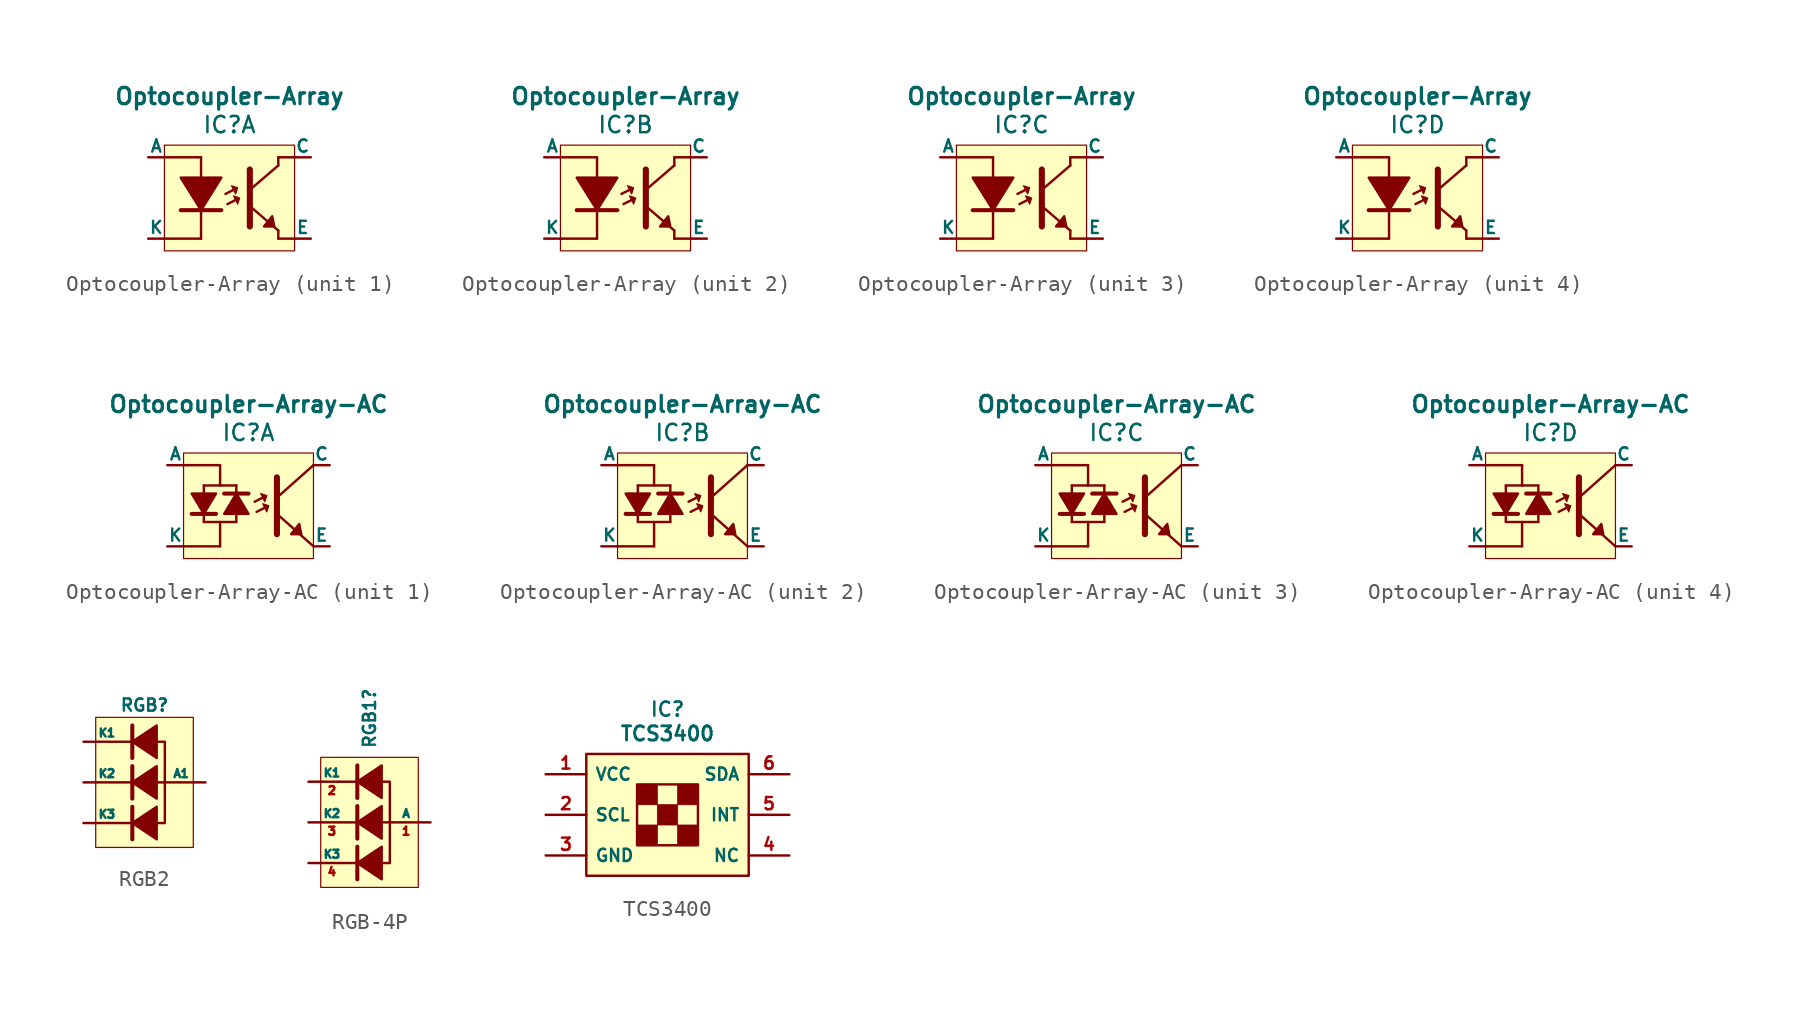
<source format=kicad_sym>
(kicad_symbol_lib
  (version 20231120)
  (generator "kicad_symbol_editor")
  (generator_version "8.0")
  (symbol "Optocoupler-Array"
    (pin_numbers hide)
    (pin_names
      (offset 0))
    (property "Reference" "IC"
      (at 0 4.572 0)
      (effects (font (size 1.016 1.016))))
    (property "Value" "Optocoupler-Array"
      (at 0 6.35 0)
      (effects (font (size 1.016 1.016) (bold yes))))
    (symbol "Optocoupler-Array_0_1"
      (rectangle (start -4.064 3.302) (end 4.064 -3.302) (stroke (width 0.076) (type solid)) (fill (type background)))
      (polyline (pts (xy -4.064 -2.54) (xy -1.778 -2.54)) (stroke (width 0) (type solid)) (fill (type none)))
      (polyline (pts (xy -4.064 2.54) (xy -1.778 2.54)) (stroke (width 0) (type solid)) (fill (type none)))
      (polyline (pts (xy -3.048 -0.762) (xy -0.508 -0.762)) (stroke (width 0.254) (type solid)) (fill (type none)))
      (polyline (pts (xy -1.778 -0.762) (xy -1.778 -2.54)) (stroke (width 0) (type solid)) (fill (type none)))
      (polyline (pts (xy -1.778 1.27) (xy -1.778 2.54)) (stroke (width 0) (type solid)) (fill (type none)))
      (polyline (pts (xy -0.254 0.254) (xy 0.254 0.508)) (stroke (width 0) (type solid)) (fill (type none)))
      (polyline (pts (xy -0.127 -0.381) (xy 0.381 -0.127)) (stroke (width 0) (type solid)) (fill (type none)))
      (polyline (pts (xy 1.27 1.778) (xy 1.27 -1.778)) (stroke (width 0.381) (type solid)) (fill (type none)))
      (polyline (pts (xy 3.048 -2.54) (xy 4.064 -2.54)) (stroke (width 0) (type solid)) (fill (type none)))
      (polyline (pts (xy 3.048 -2.032) (xy 1.27 -0.508)) (stroke (width 0) (type solid)) (fill (type none)))
      (polyline (pts (xy 3.048 -2.032) (xy 3.048 -2.54)) (stroke (width 0) (type solid)) (fill (type none)))
      (polyline (pts (xy 3.048 2.032) (xy 1.27 0.508)) (stroke (width 0) (type solid)) (fill (type none)))
      (polyline (pts (xy 3.048 2.032) (xy 3.048 2.54)) (stroke (width 0) (type solid)) (fill (type none)))
      (polyline (pts (xy 3.048 2.54) (xy 4.064 2.54)) (stroke (width 0) (type solid)) (fill (type none)))
      (polyline (pts (xy -0.508 1.27) (xy -1.778 -0.762) (xy -3.048 1.27) (xy -0.508 1.27)) (stroke (width 0) (type solid)) (fill (type outline)))
      (polyline (pts (xy 0.508 0.635) (xy 0.127 0.762) (xy 0.381 0.254) (xy 0.508 0.635)) (stroke (width 0.076) (type solid)) (fill (type outline)))
      (polyline (pts (xy 0.635 0) (xy 0.254 0.127) (xy 0.508 -0.381) (xy 0.635 0)) (stroke (width 0.076) (type solid)) (fill (type outline)))
      (polyline (pts (xy 2.794 -1.778) (xy 2.667 -1.143) (xy 2.159 -1.778) (xy 2.794 -1.778)) (stroke (width 0) (type solid)) (fill (type outline))))
    (symbol "Optocoupler-Array_1_1"
      (pin passive line (at -5.08 2.54 0) (length 1.016) (name "A" (effects (font (size 0.762 0.762)))) (number "1" (effects (font (size 0.762 0.762)))))
      (pin passive line (at 5.08 -2.54 180) (length 1.016) (name "E" (effects (font (size 0.762 0.762)))) (number "15" (effects (font (size 0.762 0.762)))))
      (pin passive line (at 5.08 2.54 180) (length 1.016) (name "C" (effects (font (size 0.762 0.762)))) (number "16" (effects (font (size 0.762 0.762)))))
      (pin passive line (at -5.08 -2.54 0) (length 1.016) (name "K" (effects (font (size 0.762 0.762)))) (number "2" (effects (font (size 0.762 0.762))))))
    (symbol "Optocoupler-Array_2_1"
      (pin passive line (at 5.08 -2.54 180) (length 1.016) (name "E" (effects (font (size 0.762 0.762)))) (number "13" (effects (font (size 0.762 0.762)))))
      (pin passive line (at 5.08 2.54 180) (length 1.016) (name "C" (effects (font (size 0.762 0.762)))) (number "14" (effects (font (size 0.762 0.762)))))
      (pin passive line (at -5.08 2.54 0) (length 1.016) (name "A" (effects (font (size 0.762 0.762)))) (number "3" (effects (font (size 0.762 0.762)))))
      (pin passive line (at -5.08 -2.54 0) (length 1.016) (name "K" (effects (font (size 0.762 0.762)))) (number "4" (effects (font (size 0.762 0.762))))))
    (symbol "Optocoupler-Array_3_1"
      (pin passive line (at 5.08 -2.54 180) (length 1.016) (name "E" (effects (font (size 0.762 0.762)))) (number "11" (effects (font (size 0.762 0.762)))))
      (pin passive line (at 5.08 2.54 180) (length 1.016) (name "C" (effects (font (size 0.762 0.762)))) (number "12" (effects (font (size 0.762 0.762)))))
      (pin passive line (at -5.08 2.54 0) (length 1.016) (name "A" (effects (font (size 0.762 0.762)))) (number "5" (effects (font (size 0.762 0.762)))))
      (pin passive line (at -5.08 -2.54 0) (length 1.016) (name "K" (effects (font (size 0.762 0.762)))) (number "6" (effects (font (size 0.762 0.762))))))
    (symbol "Optocoupler-Array_4_1"
      (pin passive line (at 5.08 2.54 180) (length 1.016) (name "C" (effects (font (size 0.762 0.762)))) (number "10" (effects (font (size 0.762 0.762)))))
      (pin passive line (at -5.08 2.54 0) (length 1.016) (name "A" (effects (font (size 0.762 0.762)))) (number "7" (effects (font (size 0.762 0.762)))))
      (pin passive line (at -5.08 -2.54 0) (length 1.016) (name "K" (effects (font (size 0.762 0.762)))) (number "8" (effects (font (size 0.762 0.762)))))
      (pin passive line (at 5.08 -2.54 180) (length 1.016) (name "E" (effects (font (size 0.762 0.762)))) (number "9" (effects (font (size 0.762 0.762)))))))
  (symbol "Optocoupler-Array-AC"
    (pin_numbers hide)
    (pin_names
      (offset 0))
    (property "Reference" "IC"
      (at 0 4.572 0)
      (effects (font (size 1.016 1.016))))
    (property "Value" "Optocoupler-Array-AC"
      (at 0 6.35 0)
      (effects (font (size 1.016 1.016) (bold yes))))
    (symbol "Optocoupler-Array-AC_0_1"
      (rectangle (start -4.064 3.302) (end 4.064 -3.302) (stroke (width 0.076) (type solid)) (fill (type background))))
    (symbol "Optocoupler-Array-AC_1_1"
      (polyline (pts (xy -4.064 -2.54) (xy -1.778 -2.54)) (stroke (width 0) (type solid)) (fill (type none)))
      (polyline (pts (xy -4.064 2.54) (xy -1.778 2.54)) (stroke (width 0) (type solid)) (fill (type none)))
      (polyline (pts (xy -3.556 -0.508) (xy -2.032 -0.508)) (stroke (width 0.254) (type solid)) (fill (type none)))
      (polyline (pts (xy -2.794 1.27) (xy -2.794 -1.016)) (stroke (width 0) (type solid)) (fill (type none)))
      (polyline (pts (xy -1.778 -1.016) (xy -1.778 -2.54)) (stroke (width 0) (type solid)) (fill (type none)))
      (polyline (pts (xy -1.778 1.27) (xy -1.778 2.54)) (stroke (width 0) (type solid)) (fill (type none)))
      (polyline (pts (xy -0.762 -1.016) (xy -2.794 -1.016)) (stroke (width 0) (type solid)) (fill (type none)))
      (polyline (pts (xy -0.762 1.27) (xy -2.794 1.27)) (stroke (width 0) (type solid)) (fill (type none)))
      (polyline (pts (xy -0.762 1.27) (xy -0.762 -1.016)) (stroke (width 0) (type solid)) (fill (type none)))
      (polyline (pts (xy 0 0.762) (xy -1.524 0.762)) (stroke (width 0.254) (type solid)) (fill (type none)))
      (polyline (pts (xy 0.381 0.254) (xy 0.889 0.508)) (stroke (width 0) (type solid)) (fill (type none)))
      (polyline (pts (xy 0.508 -0.381) (xy 1.016 -0.127)) (stroke (width 0) (type solid)) (fill (type none)))
      (polyline (pts (xy 1.778 1.778) (xy 1.778 -1.778)) (stroke (width 0.381) (type solid)) (fill (type none)))
      (polyline (pts (xy 4.064 -2.54) (xy 1.778 -0.508)) (stroke (width 0) (type solid)) (fill (type none)))
      (polyline (pts (xy 4.064 2.54) (xy 1.778 0.508)) (stroke (width 0) (type solid)) (fill (type none)))
      (polyline (pts (xy -2.032 0.762) (xy -2.794 -0.508) (xy -3.556 0.762) (xy -2.032 0.762)) (stroke (width 0) (type solid)) (fill (type outline)))
      (polyline (pts (xy -1.524 -0.508) (xy -0.762 0.762) (xy 0 -0.508) (xy -1.524 -0.508)) (stroke (width 0) (type solid)) (fill (type outline)))
      (polyline (pts (xy 1.143 0.635) (xy 0.762 0.762) (xy 1.016 0.254) (xy 1.143 0.635)) (stroke (width 0.076) (type solid)) (fill (type outline)))
      (polyline (pts (xy 1.27 0) (xy 0.889 0.127) (xy 1.143 -0.381) (xy 1.27 0)) (stroke (width 0.076) (type solid)) (fill (type outline)))
      (polyline (pts (xy 3.302 -1.778) (xy 3.175 -1.143) (xy 2.667 -1.778) (xy 3.302 -1.778)) (stroke (width 0) (type solid)) (fill (type outline)))
      (pin passive line (at -5.08 2.54 0) (length 1.016) (name "A" (effects (font (size 0.762 0.762)))) (number "1" (effects (font (size 0.762 0.762)))))
      (pin passive line (at 5.08 -2.54 180) (length 1.016) (name "E" (effects (font (size 0.762 0.762)))) (number "15" (effects (font (size 0.762 0.762)))))
      (pin passive line (at 5.08 2.54 180) (length 1.016) (name "C" (effects (font (size 0.762 0.762)))) (number "16" (effects (font (size 0.762 0.762)))))
      (pin passive line (at -5.08 -2.54 0) (length 1.016) (name "K" (effects (font (size 0.762 0.762)))) (number "2" (effects (font (size 0.762 0.762))))))
    (symbol "Optocoupler-Array-AC_2_1"
      (polyline (pts (xy -4.064 -2.54) (xy -1.778 -2.54)) (stroke (width 0) (type solid)) (fill (type none)))
      (polyline (pts (xy -4.064 2.54) (xy -1.778 2.54)) (stroke (width 0) (type solid)) (fill (type none)))
      (polyline (pts (xy -3.556 -0.508) (xy -2.032 -0.508)) (stroke (width 0.254) (type solid)) (fill (type none)))
      (polyline (pts (xy -2.794 1.27) (xy -2.794 -1.016)) (stroke (width 0) (type solid)) (fill (type none)))
      (polyline (pts (xy -1.778 -1.016) (xy -1.778 -2.54)) (stroke (width 0) (type solid)) (fill (type none)))
      (polyline (pts (xy -1.778 1.27) (xy -1.778 2.54)) (stroke (width 0) (type solid)) (fill (type none)))
      (polyline (pts (xy -0.762 -1.016) (xy -2.794 -1.016)) (stroke (width 0) (type solid)) (fill (type none)))
      (polyline (pts (xy -0.762 1.27) (xy -2.794 1.27)) (stroke (width 0) (type solid)) (fill (type none)))
      (polyline (pts (xy -0.762 1.27) (xy -0.762 -1.016)) (stroke (width 0) (type solid)) (fill (type none)))
      (polyline (pts (xy 0 0.762) (xy -1.524 0.762)) (stroke (width 0.254) (type solid)) (fill (type none)))
      (polyline (pts (xy 0.381 0.254) (xy 0.889 0.508)) (stroke (width 0) (type solid)) (fill (type none)))
      (polyline (pts (xy 0.508 -0.381) (xy 1.016 -0.127)) (stroke (width 0) (type solid)) (fill (type none)))
      (polyline (pts (xy 1.778 1.778) (xy 1.778 -1.778)) (stroke (width 0.381) (type solid)) (fill (type none)))
      (polyline (pts (xy 4.064 -2.54) (xy 1.778 -0.508)) (stroke (width 0) (type solid)) (fill (type none)))
      (polyline (pts (xy 4.064 2.54) (xy 1.778 0.508)) (stroke (width 0) (type solid)) (fill (type none)))
      (polyline (pts (xy -2.032 0.762) (xy -2.794 -0.508) (xy -3.556 0.762) (xy -2.032 0.762)) (stroke (width 0) (type solid)) (fill (type outline)))
      (polyline (pts (xy -1.524 -0.508) (xy -0.762 0.762) (xy 0 -0.508) (xy -1.524 -0.508)) (stroke (width 0) (type solid)) (fill (type outline)))
      (polyline (pts (xy 1.143 0.635) (xy 0.762 0.762) (xy 1.016 0.254) (xy 1.143 0.635)) (stroke (width 0.076) (type solid)) (fill (type outline)))
      (polyline (pts (xy 1.27 0) (xy 0.889 0.127) (xy 1.143 -0.381) (xy 1.27 0)) (stroke (width 0.076) (type solid)) (fill (type outline)))
      (polyline (pts (xy 3.302 -1.778) (xy 3.175 -1.143) (xy 2.667 -1.778) (xy 3.302 -1.778)) (stroke (width 0) (type solid)) (fill (type outline)))
      (pin passive line (at 5.08 -2.54 180) (length 1.016) (name "E" (effects (font (size 0.762 0.762)))) (number "13" (effects (font (size 0.762 0.762)))))
      (pin passive line (at 5.08 2.54 180) (length 1.016) (name "C" (effects (font (size 0.762 0.762)))) (number "14" (effects (font (size 0.762 0.762)))))
      (pin passive line (at -5.08 2.54 0) (length 1.016) (name "A" (effects (font (size 0.762 0.762)))) (number "3" (effects (font (size 0.762 0.762)))))
      (pin passive line (at -5.08 -2.54 0) (length 1.016) (name "K" (effects (font (size 0.762 0.762)))) (number "4" (effects (font (size 0.762 0.762))))))
    (symbol "Optocoupler-Array-AC_3_1"
      (polyline (pts (xy -4.064 -2.54) (xy -1.778 -2.54)) (stroke (width 0) (type solid)) (fill (type none)))
      (polyline (pts (xy -4.064 2.54) (xy -1.778 2.54)) (stroke (width 0) (type solid)) (fill (type none)))
      (polyline (pts (xy -3.556 -0.508) (xy -2.032 -0.508)) (stroke (width 0.254) (type solid)) (fill (type none)))
      (polyline (pts (xy -2.794 1.27) (xy -2.794 -1.016)) (stroke (width 0) (type solid)) (fill (type none)))
      (polyline (pts (xy -1.778 -1.016) (xy -1.778 -2.54)) (stroke (width 0) (type solid)) (fill (type none)))
      (polyline (pts (xy -1.778 1.27) (xy -1.778 2.54)) (stroke (width 0) (type solid)) (fill (type none)))
      (polyline (pts (xy -0.762 -1.016) (xy -2.794 -1.016)) (stroke (width 0) (type solid)) (fill (type none)))
      (polyline (pts (xy -0.762 1.27) (xy -2.794 1.27)) (stroke (width 0) (type solid)) (fill (type none)))
      (polyline (pts (xy -0.762 1.27) (xy -0.762 -1.016)) (stroke (width 0) (type solid)) (fill (type none)))
      (polyline (pts (xy 0 0.762) (xy -1.524 0.762)) (stroke (width 0.254) (type solid)) (fill (type none)))
      (polyline (pts (xy 0.381 0.254) (xy 0.889 0.508)) (stroke (width 0) (type solid)) (fill (type none)))
      (polyline (pts (xy 0.508 -0.381) (xy 1.016 -0.127)) (stroke (width 0) (type solid)) (fill (type none)))
      (polyline (pts (xy 1.778 1.778) (xy 1.778 -1.778)) (stroke (width 0.381) (type solid)) (fill (type none)))
      (polyline (pts (xy 4.064 -2.54) (xy 1.778 -0.508)) (stroke (width 0) (type solid)) (fill (type none)))
      (polyline (pts (xy 4.064 2.54) (xy 1.778 0.508)) (stroke (width 0) (type solid)) (fill (type none)))
      (polyline (pts (xy -2.032 0.762) (xy -2.794 -0.508) (xy -3.556 0.762) (xy -2.032 0.762)) (stroke (width 0) (type solid)) (fill (type outline)))
      (polyline (pts (xy -1.524 -0.508) (xy -0.762 0.762) (xy 0 -0.508) (xy -1.524 -0.508)) (stroke (width 0) (type solid)) (fill (type outline)))
      (polyline (pts (xy 1.143 0.635) (xy 0.762 0.762) (xy 1.016 0.254) (xy 1.143 0.635)) (stroke (width 0.076) (type solid)) (fill (type outline)))
      (polyline (pts (xy 1.27 0) (xy 0.889 0.127) (xy 1.143 -0.381) (xy 1.27 0)) (stroke (width 0.076) (type solid)) (fill (type outline)))
      (polyline (pts (xy 3.302 -1.778) (xy 3.175 -1.143) (xy 2.667 -1.778) (xy 3.302 -1.778)) (stroke (width 0) (type solid)) (fill (type outline)))
      (pin passive line (at 5.08 -2.54 180) (length 1.016) (name "E" (effects (font (size 0.762 0.762)))) (number "11" (effects (font (size 0.762 0.762)))))
      (pin passive line (at 5.08 2.54 180) (length 1.016) (name "C" (effects (font (size 0.762 0.762)))) (number "12" (effects (font (size 0.762 0.762)))))
      (pin passive line (at -5.08 2.54 0) (length 1.016) (name "A" (effects (font (size 0.762 0.762)))) (number "5" (effects (font (size 0.762 0.762)))))
      (pin passive line (at -5.08 -2.54 0) (length 1.016) (name "K" (effects (font (size 0.762 0.762)))) (number "6" (effects (font (size 0.762 0.762))))))
    (symbol "Optocoupler-Array-AC_4_1"
      (polyline (pts (xy -4.064 -2.54) (xy -1.778 -2.54)) (stroke (width 0) (type solid)) (fill (type none)))
      (polyline (pts (xy -4.064 2.54) (xy -1.778 2.54)) (stroke (width 0) (type solid)) (fill (type none)))
      (polyline (pts (xy -3.556 -0.508) (xy -2.032 -0.508)) (stroke (width 0.254) (type solid)) (fill (type none)))
      (polyline (pts (xy -2.794 1.27) (xy -2.794 -1.016)) (stroke (width 0) (type solid)) (fill (type none)))
      (polyline (pts (xy -1.778 -1.016) (xy -1.778 -2.54)) (stroke (width 0) (type solid)) (fill (type none)))
      (polyline (pts (xy -1.778 1.27) (xy -1.778 2.54)) (stroke (width 0) (type solid)) (fill (type none)))
      (polyline (pts (xy -0.762 -1.016) (xy -2.794 -1.016)) (stroke (width 0) (type solid)) (fill (type none)))
      (polyline (pts (xy -0.762 1.27) (xy -2.794 1.27)) (stroke (width 0) (type solid)) (fill (type none)))
      (polyline (pts (xy -0.762 1.27) (xy -0.762 -1.016)) (stroke (width 0) (type solid)) (fill (type none)))
      (polyline (pts (xy 0 0.762) (xy -1.524 0.762)) (stroke (width 0.254) (type solid)) (fill (type none)))
      (polyline (pts (xy 0.381 0.254) (xy 0.889 0.508)) (stroke (width 0) (type solid)) (fill (type none)))
      (polyline (pts (xy 0.508 -0.381) (xy 1.016 -0.127)) (stroke (width 0) (type solid)) (fill (type none)))
      (polyline (pts (xy 1.778 1.778) (xy 1.778 -1.778)) (stroke (width 0.381) (type solid)) (fill (type none)))
      (polyline (pts (xy 4.064 -2.54) (xy 1.778 -0.508)) (stroke (width 0) (type solid)) (fill (type none)))
      (polyline (pts (xy 4.064 2.54) (xy 1.778 0.508)) (stroke (width 0) (type solid)) (fill (type none)))
      (polyline (pts (xy -2.032 0.762) (xy -2.794 -0.508) (xy -3.556 0.762) (xy -2.032 0.762)) (stroke (width 0) (type solid)) (fill (type outline)))
      (polyline (pts (xy -1.524 -0.508) (xy -0.762 0.762) (xy 0 -0.508) (xy -1.524 -0.508)) (stroke (width 0) (type solid)) (fill (type outline)))
      (polyline (pts (xy 1.143 0.635) (xy 0.762 0.762) (xy 1.016 0.254) (xy 1.143 0.635)) (stroke (width 0.076) (type solid)) (fill (type outline)))
      (polyline (pts (xy 1.27 0) (xy 0.889 0.127) (xy 1.143 -0.381) (xy 1.27 0)) (stroke (width 0.076) (type solid)) (fill (type outline)))
      (polyline (pts (xy 3.302 -1.778) (xy 3.175 -1.143) (xy 2.667 -1.778) (xy 3.302 -1.778)) (stroke (width 0) (type solid)) (fill (type outline)))
      (pin passive line (at 5.08 2.54 180) (length 1.016) (name "C" (effects (font (size 0.762 0.762)))) (number "10" (effects (font (size 0.762 0.762)))))
      (pin passive line (at -5.08 2.54 0) (length 1.016) (name "A" (effects (font (size 0.762 0.762)))) (number "7" (effects (font (size 0.762 0.762)))))
      (pin passive line (at -5.08 -2.54 0) (length 1.016) (name "K" (effects (font (size 0.762 0.762)))) (number "8" (effects (font (size 0.762 0.762)))))
      (pin passive line (at 5.08 -2.54 180) (length 1.016) (name "E" (effects (font (size 0.762 0.762)))) (number "9" (effects (font (size 0.762 0.762)))))))
  (symbol "RGB2"
    (pin_numbers hide)
    (pin_names
      (offset 0))
    (property "Reference" "RGB"
      (at 0 4.826 0)
      (effects (font (size 0.762 0.762))))
    (symbol "RGB2_0_1"
      (rectangle (start -3.048 4.064) (end 3.048 -4.064) (stroke (width 0.076) (type solid)) (fill (type background)))
      (polyline (pts (xy -0.762 -3.556) (xy -0.762 -1.524)) (stroke (width 0.254) (type solid)) (fill (type none)))
      (polyline (pts (xy -0.762 -1.016) (xy -0.762 1.016)) (stroke (width 0.254) (type solid)) (fill (type none)))
      (polyline (pts (xy -0.762 1.524) (xy -0.762 3.556)) (stroke (width 0.254) (type solid)) (fill (type none)))
      (polyline (pts (xy 1.27 0) (xy 1.27 -2.54) (xy 0 -2.54)) (stroke (width 0) (type solid)) (fill (type none)))
      (polyline (pts (xy 1.27 0) (xy 1.27 2.54) (xy 0 2.54)) (stroke (width 0) (type solid)) (fill (type none)))
      (polyline (pts (xy -0.762 -2.54) (xy 0.762 -1.524) (xy 0.762 -3.556) (xy -0.762 -2.54)) (stroke (width 0) (type solid)) (fill (type outline)))
      (polyline (pts (xy -0.762 0) (xy 0.762 1.016) (xy 0.762 -1.016) (xy -0.762 0)) (stroke (width 0) (type solid)) (fill (type outline)))
      (polyline (pts (xy -0.762 2.54) (xy 0.762 3.556) (xy 0.762 1.524) (xy -0.762 2.54)) (stroke (width 0) (type solid)) (fill (type outline))))
    (symbol "RGB2_1_1"
      (pin input line (at -3.81 2.54 0) (length 2.921) (name "K1" (effects (font (size 0.508 0.508)))) (number "1" (effects (font (size 0.508 0.508)))))
      (pin input line (at -3.81 0 0) (length 2.921) (name "K2" (effects (font (size 0.508 0.508)))) (number "2" (effects (font (size 0.508 0.508)))))
      (pin input line (at -3.81 -2.54 0) (length 2.921) (name "K3" (effects (font (size 0.508 0.508)))) (number "3" (effects (font (size 0.508 0.508)))))
      (pin input line (at 3.81 0 180) (length 3.048) (name "A1" (effects (font (size 0.508 0.508)))) (number "4" (effects (font (size 0.508 0.508)))))))
  (symbol "RGB-4P"
    (pin_names
      (offset 0))
    (property "Reference" "RGB1"
      (at 0 4.572 90)
      (effects (font (size 0.762 0.762)) (justify left)))
    (symbol "RGB-4P_0_1"
      (rectangle (start -3.048 4.064) (end 3.048 -4.064) (stroke (width 0.076) (type solid)) (fill (type background)))
      (polyline (pts (xy -0.762 -3.556) (xy -0.762 -1.524)) (stroke (width 0.254) (type solid)) (fill (type none)))
      (polyline (pts (xy -0.762 -1.016) (xy -0.762 1.016)) (stroke (width 0.254) (type solid)) (fill (type none)))
      (polyline (pts (xy -0.762 1.524) (xy -0.762 3.556)) (stroke (width 0.254) (type solid)) (fill (type none)))
      (polyline (pts (xy 1.27 0) (xy 1.27 -2.54) (xy 0 -2.54)) (stroke (width 0) (type solid)) (fill (type none)))
      (polyline (pts (xy 1.27 0) (xy 1.27 2.54) (xy 0 2.54)) (stroke (width 0) (type solid)) (fill (type none)))
      (polyline (pts (xy -0.762 -2.54) (xy 0.762 -1.524) (xy 0.762 -3.556) (xy -0.762 -2.54)) (stroke (width 0) (type solid)) (fill (type outline)))
      (polyline (pts (xy -0.762 0) (xy 0.762 1.016) (xy 0.762 -1.016) (xy -0.762 0)) (stroke (width 0) (type solid)) (fill (type outline)))
      (polyline (pts (xy -0.762 2.54) (xy 0.762 3.556) (xy 0.762 1.524) (xy -0.762 2.54)) (stroke (width 0) (type solid)) (fill (type outline))))
    (symbol "RGB-4P_1_1"
      (pin input line (at 3.81 0 180) (length 3.048) (name "A" (effects (font (size 0.508 0.508)))) (number "1" (effects (font (size 0.508 0.508)))))
      (pin input line (at -3.81 2.54 0) (length 2.921) (name "K1" (effects (font (size 0.508 0.508)))) (number "2" (effects (font (size 0.508 0.508)))))
      (pin input line (at -3.81 0 0) (length 2.921) (name "K2" (effects (font (size 0.508 0.508)))) (number "3" (effects (font (size 0.508 0.508)))))
      (pin input line (at -3.81 -2.54 0) (length 2.921) (name "K3" (effects (font (size 0.508 0.508)))) (number "4" (effects (font (size 0.508 0.508)))))))
  (symbol "TCS3400"
    (property "Reference" "IC"
      (at 0 6.604 0)
      (effects (font (size 0.889 0.889))))
    (property "Value" "TCS3400"
      (at 0 5.08 0)
      (effects (font (size 0.889 0.889) (bold yes))))
    (symbol "TCS3400_0_1"
      (rectangle (start -5.08 3.81) (end 5.08 -3.81) (stroke (width 0) (type solid)) (fill (type background)))
      (rectangle (start -1.905 -0.635) (end -0.635 -1.905) (stroke (width 0.051) (type solid)) (fill (type outline)))
      (rectangle (start -1.905 1.905) (end -0.635 0.635) (stroke (width 0.051) (type solid)) (fill (type outline)))
      (rectangle (start -1.905 1.905) (end 1.905 -1.905) (stroke (width 0) (type solid)) (fill (type none)))
      (rectangle (start -0.635 0.635) (end 0.635 -0.635) (stroke (width 0.051) (type solid)) (fill (type outline)))
      (rectangle (start 0.635 -0.635) (end 1.905 -1.905) (stroke (width 0.051) (type solid)) (fill (type outline)))
      (rectangle (start 0.635 1.905) (end 1.905 0.635) (stroke (width 0.051) (type solid)) (fill (type outline))))
    (symbol "TCS3400_1_1"
      (pin power_in line (at -7.62 2.54 0) (length 2.54) (name "VCC" (effects (font (size 0.762 0.762)))) (number "1" (effects (font (size 0.762 0.762)))))
      (pin input line (at -7.62 0 0) (length 2.54) (name "SCL" (effects (font (size 0.762 0.762)))) (number "2" (effects (font (size 0.762 0.762)))))
      (pin power_in line (at -7.62 -2.54 0) (length 2.54) (name "GND" (effects (font (size 0.762 0.762)))) (number "3" (effects (font (size 0.762 0.762)))))
      (pin passive line (at 7.62 -2.54 180) (length 2.54) (name "NC" (effects (font (size 0.762 0.762)))) (number "4" (effects (font (size 0.762 0.762)))))
      (pin power_out line (at 7.62 0 180) (length 2.54) (name "INT" (effects (font (size 0.762 0.762)))) (number "5" (effects (font (size 0.762 0.762)))))
      (pin bidirectional line (at 7.62 2.54 180) (length 2.54) (name "SDA" (effects (font (size 0.762 0.762)))) (number "6" (effects (font (size 0.762 0.762))))))))
</source>
